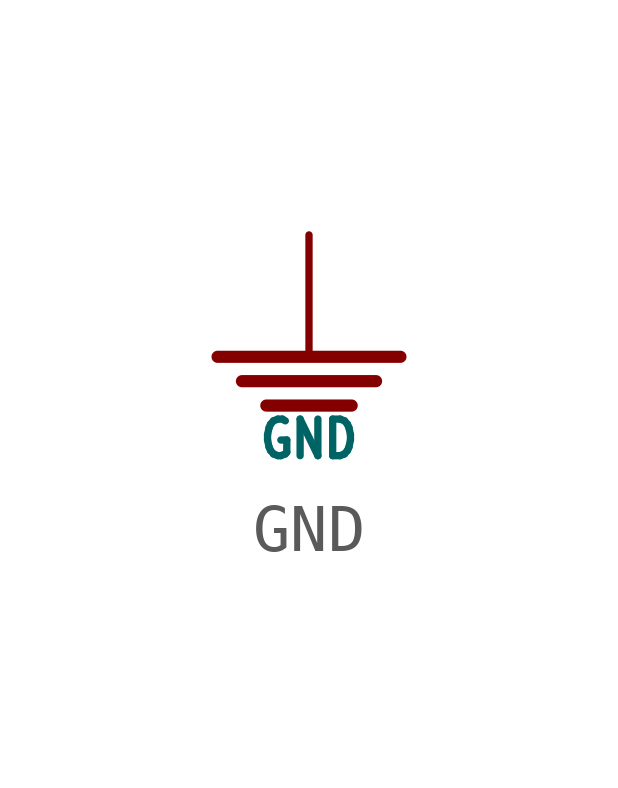
<source format=kicad_sym>
(kicad_symbol_lib
  (version 20211014)
  (generator kicad_symbol_editor)
  (symbol "GND"
    (power)
    (property "Reference" "#GND"
      (at 0 0 0)
      (effects (font (size 1.27 1.27)) hide))
    (property "Value" "GND"
      (at 0 -1.27 0)
      (effects (font (size 0.762 0.648)) (justify top)))
    (property "ki_locked" ""
      (at 0 0 0)
      (effects (font (size 1.27 1.27))))
    (symbol "GND_1_0"
      (polyline (pts (xy -1.905 0) (xy 1.905 0)) (stroke (width 0.254) (type default) (color 0 0 0 0)) (fill (type none)))
      (polyline (pts (xy -1.397 -0.508) (xy 1.397 -0.508)) (stroke (width 0.254) (type default) (color 0 0 0 0)) (fill (type none)))
      (polyline (pts (xy -0.889 -1.016) (xy 0.889 -1.016)) (stroke (width 0.254) (type default) (color 0 0 0 0)) (fill (type none)))
      (pin power_in line (at 0 2.54 270) (length 2.54) (name "GND" (effects (font (size 0 0)))) (number "1" (effects (font (size 0 0))))))))
</source>
